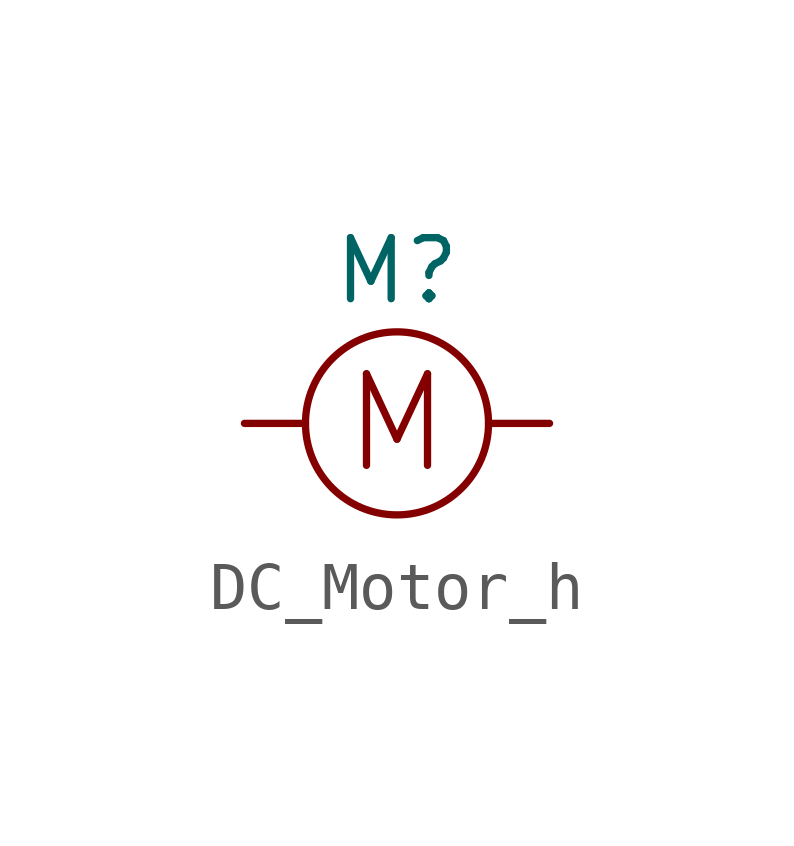
<source format=kicad_sym>
(kicad_symbol_lib
  (version 20220914)
  (generator kicad_symbol_editor)
  (symbol "DC_Motor_h"
    (property "Reference" "M"
      (at 0 0 0)
      (effects (font (size 1.27 1.27))))
    (symbol "DC_Motor_h_0_0"
      (circle (center 0 -3.175) (radius 1.905) (stroke (width 0.152) (type default)) (fill (type none))))
    (symbol "DC_Motor_h_1_0"
      (text "M" (at 0 -3.175 0) (effects (font (size 1.905 1.905)))))
    (symbol "DC_Motor_h_1_1"
      (pin unspecified line (at -3.175 -3.175 0) (length 1.27) (name "" (effects (font (size 1.27 1.27)))) (number "" (effects (font (size 1.27 1.27)))))
      (pin unspecified line (at 3.175 -3.175 180) (length 1.27) (name "" (effects (font (size 1.27 1.27)))) (number "" (effects (font (size 1.27 1.27))))))))
</source>
